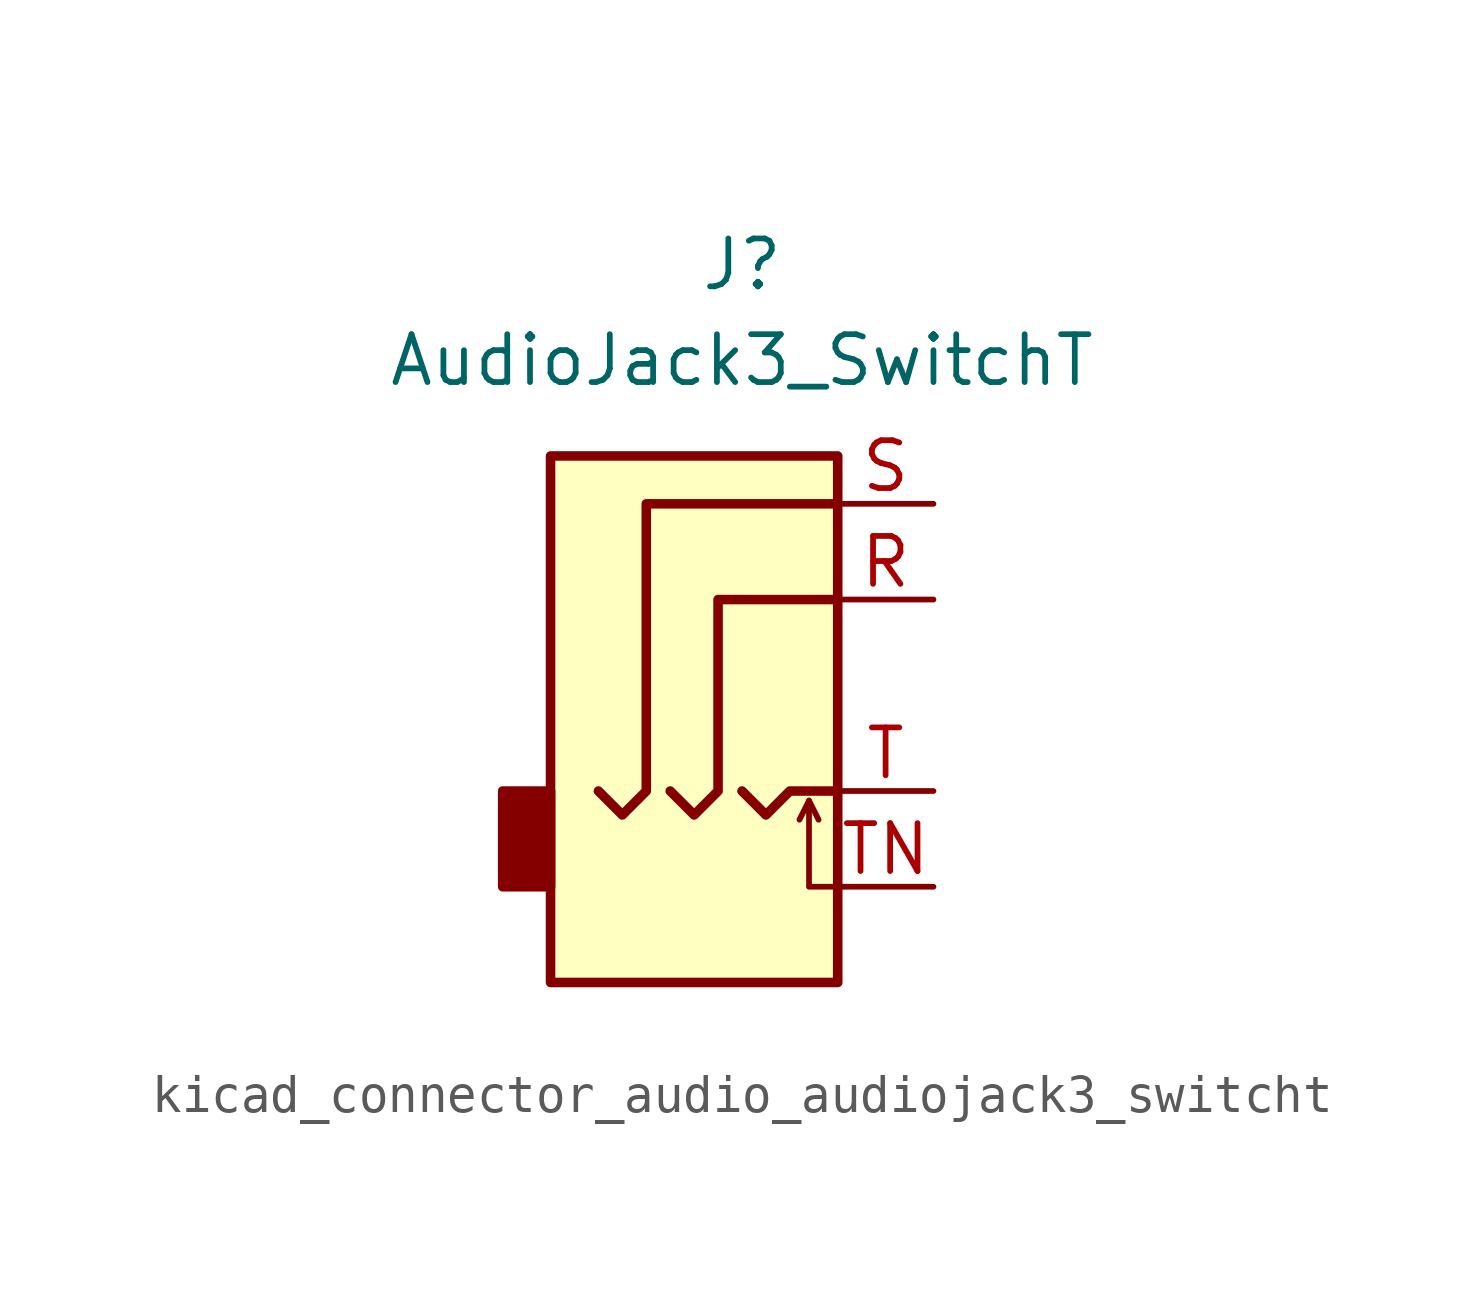
<source format=kicad_sym>
(kicad_symbol_lib
  (version 20220914)
  (generator kicad_symbol_editor)
  (symbol "kicad_connector_audio_audiojack3_switcht"
    (property "Reference" "J"
      (at 0 8.89 0)
      (effects (font (size 1.27 1.27))))
    (property "Value" "AudioJack3_SwitchT"
      (at 0 6.35 0)
      (effects (font (size 1.27 1.27))))
    (symbol "kicad_connector_audio_audiojack3_switcht_0_1"
      (rectangle (start -5.08 -5.08) (end -6.35 -7.62) (stroke (width 0.254) (type default)) (fill (type outline)))
      (polyline (pts (xy 1.778 -5.334) (xy 2.032 -5.842)) (stroke (width 0) (type default)) (fill (type none)))
      (polyline (pts (xy 0 -5.08) (xy 0.635 -5.715) (xy 1.27 -5.08) (xy 2.54 -5.08)) (stroke (width 0.254) (type default)) (fill (type none)))
      (polyline (pts (xy 2.54 -7.62) (xy 1.778 -7.62) (xy 1.778 -5.334) (xy 1.524 -5.842)) (stroke (width 0) (type default)) (fill (type none)))
      (polyline (pts (xy -1.905 -5.08) (xy -1.27 -5.715) (xy -0.635 -5.08) (xy -0.635 0) (xy 2.54 0)) (stroke (width 0.254) (type default)) (fill (type none)))
      (polyline (pts (xy 2.54 2.54) (xy -2.54 2.54) (xy -2.54 -5.08) (xy -3.175 -5.715) (xy -3.81 -5.08)) (stroke (width 0.254) (type default)) (fill (type none)))
      (rectangle (start 2.54 3.81) (end -5.08 -10.16) (stroke (width 0.254) (type default)) (fill (type background))))
    (symbol "kicad_connector_audio_audiojack3_switcht_1_1"
      (pin passive line (at 5.08 0 180) (length 2.54) (name "~" (effects (font (size 1.27 1.27)))) (number "R" (effects (font (size 1.27 1.27)))))
      (pin passive line (at 5.08 2.54 180) (length 2.54) (name "~" (effects (font (size 1.27 1.27)))) (number "S" (effects (font (size 1.27 1.27)))))
      (pin passive line (at 5.08 -5.08 180) (length 2.54) (name "~" (effects (font (size 1.27 1.27)))) (number "T" (effects (font (size 1.27 1.27)))))
      (pin passive line (at 5.08 -7.62 180) (length 2.54) (name "~" (effects (font (size 1.27 1.27)))) (number "TN" (effects (font (size 1.27 1.27))))))))
</source>
